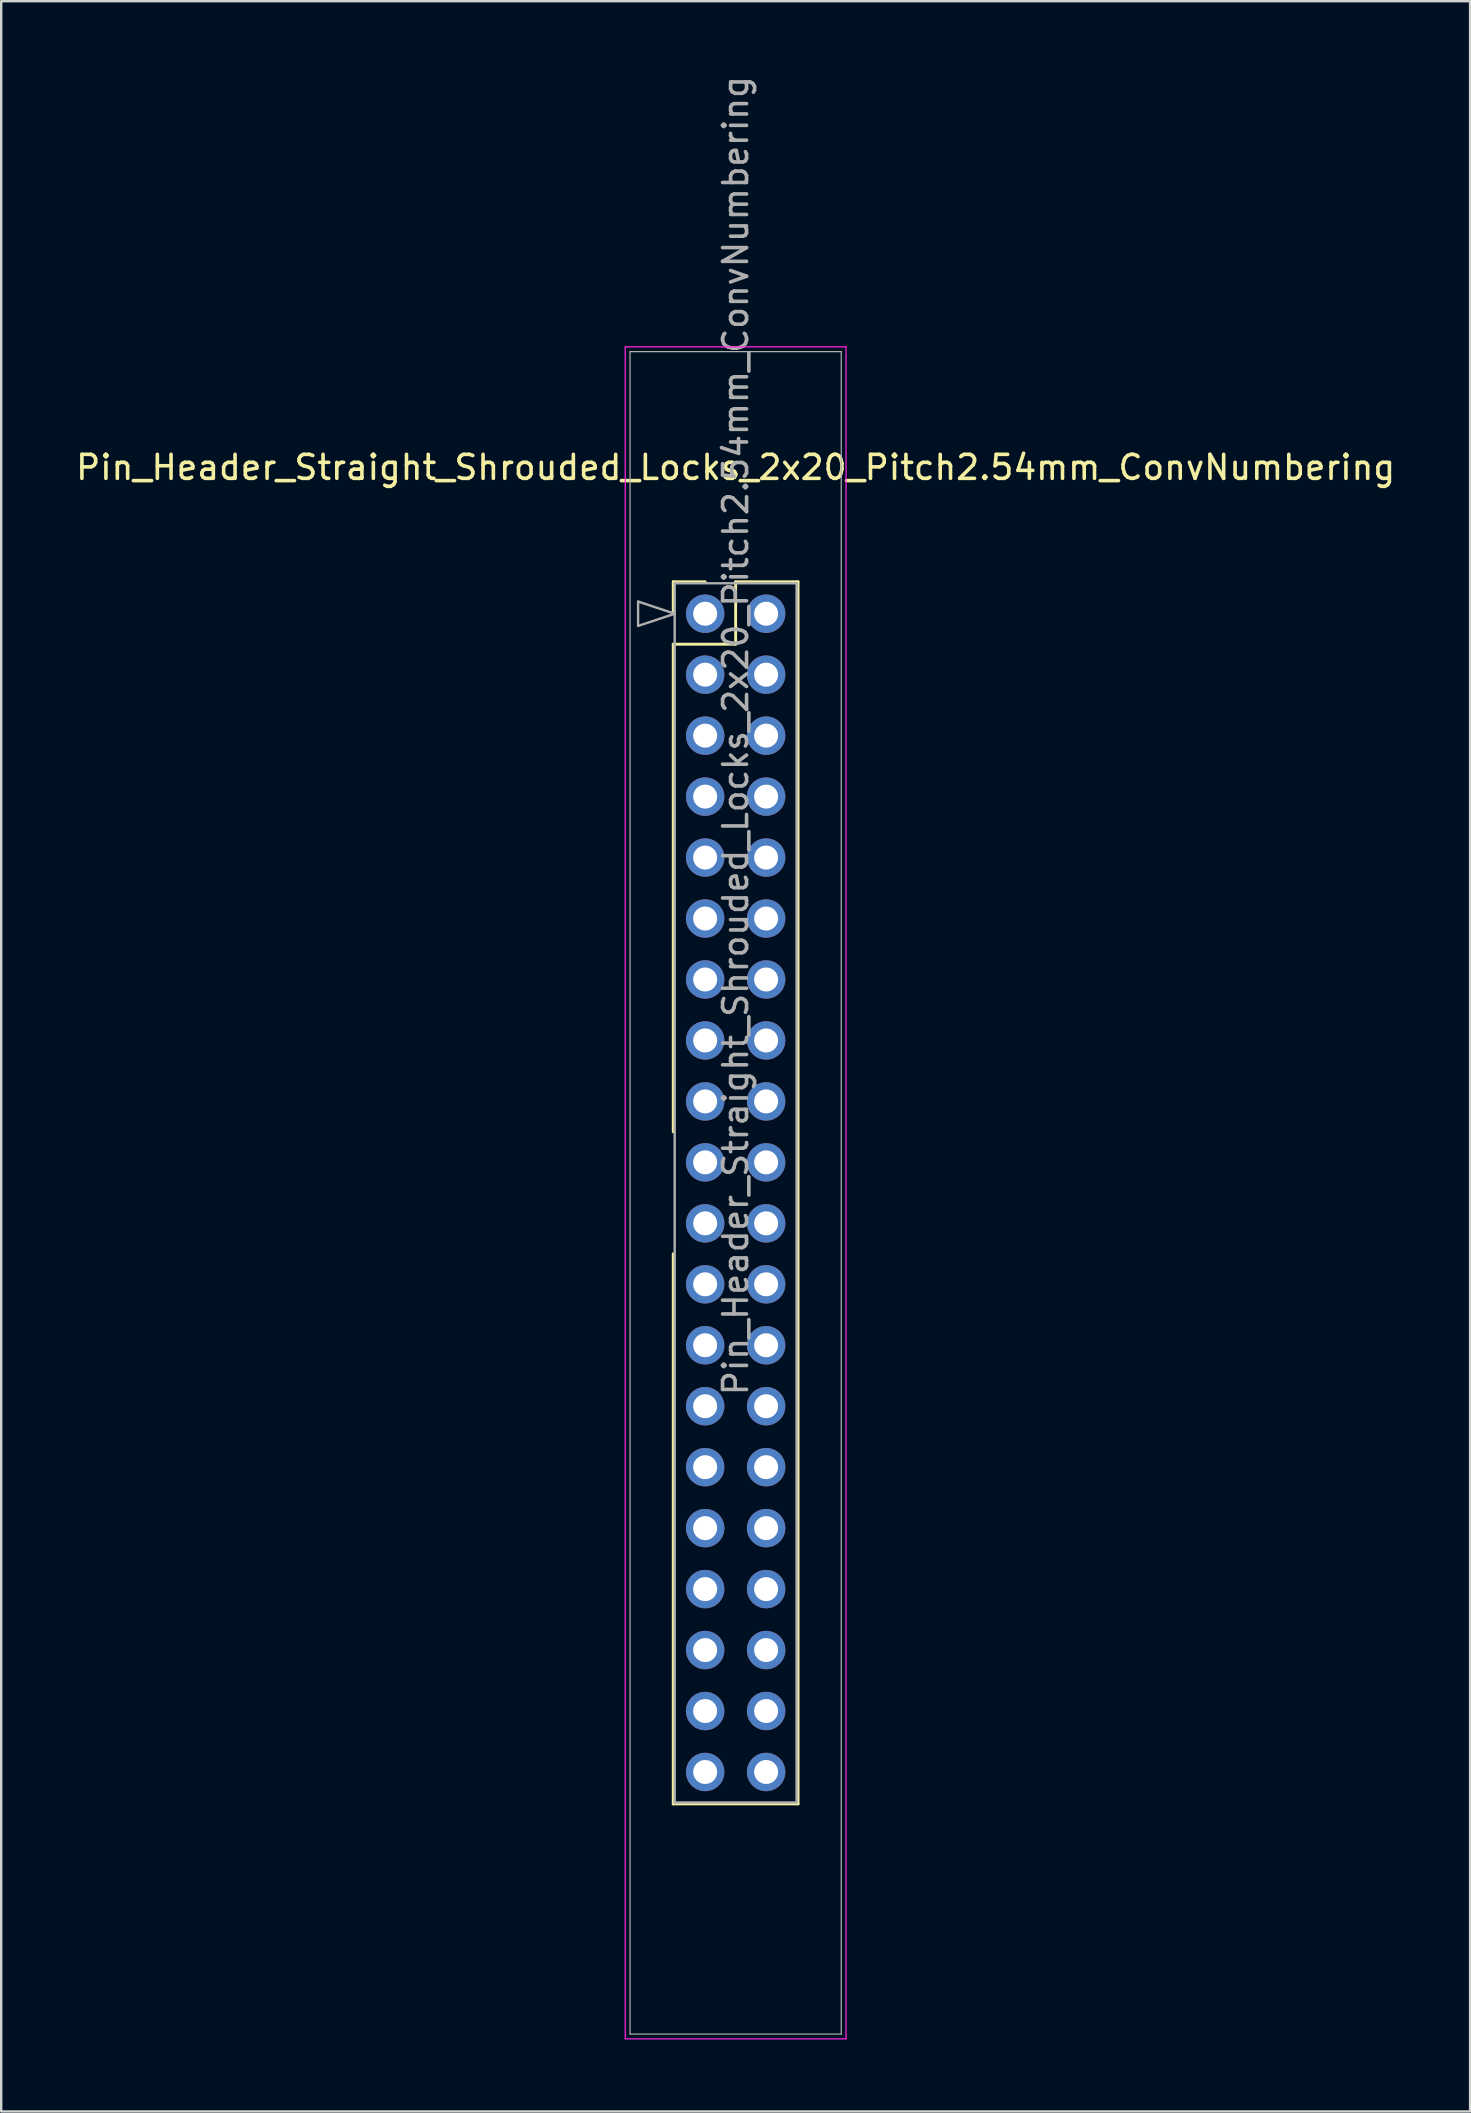
<source format=kicad_pcb>
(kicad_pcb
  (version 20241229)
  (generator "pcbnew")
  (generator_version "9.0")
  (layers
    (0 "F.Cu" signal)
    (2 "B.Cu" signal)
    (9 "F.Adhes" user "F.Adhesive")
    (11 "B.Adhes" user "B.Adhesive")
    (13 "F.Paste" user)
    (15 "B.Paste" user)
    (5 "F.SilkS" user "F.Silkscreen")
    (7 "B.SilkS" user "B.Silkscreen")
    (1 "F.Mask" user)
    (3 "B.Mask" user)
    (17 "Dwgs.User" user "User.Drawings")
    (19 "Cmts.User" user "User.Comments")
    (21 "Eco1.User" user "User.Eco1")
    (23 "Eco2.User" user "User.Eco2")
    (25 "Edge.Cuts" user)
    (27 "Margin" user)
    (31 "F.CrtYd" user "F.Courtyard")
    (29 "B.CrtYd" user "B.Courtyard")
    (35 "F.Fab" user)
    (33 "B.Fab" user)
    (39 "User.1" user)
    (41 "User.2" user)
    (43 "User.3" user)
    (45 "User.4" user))
  (footprint "Pin_Header_Straight_Shrouded_Locks_2x20_Pitch2.54mm_ConvNumbering"
    (layer "F.Cu")
    (at 26.331 22.521)
    (property "Reference" "Pin_Header_Straight_Shrouded_Locks_2x20_Pitch2.54mm_ConvNumbering" (at 1.27 -6.096 0) (layer "F.SilkS") (effects (font (size 1 1) (thickness 0.15))))
    (attr through_hole)
    (fp_line (start -1.33 -1.33) (end 0 -1.33) (stroke (width 0.12) (type solid)) (layer "F.SilkS"))
    (fp_line (start -1.33 0) (end -1.33 -1.33) (stroke (width 0.12) (type solid)) (layer "F.SilkS"))
    (fp_line (start -1.33 1.27) (end -1.33 21.59) (stroke (width 0.12) (type solid)) (layer "F.SilkS"))
    (fp_line (start -1.33 1.27) (end 1.27 1.27) (stroke (width 0.12) (type solid)) (layer "F.SilkS"))
    (fp_line (start -1.33 26.67) (end -1.33 49.59) (stroke (width 0.12) (type solid)) (layer "F.SilkS"))
    (fp_line (start -1.33 49.59) (end 3.87 49.59) (stroke (width 0.12) (type solid)) (layer "F.SilkS"))
    (fp_line (start 1.27 -1.33) (end 3.87 -1.33) (stroke (width 0.12) (type solid)) (layer "F.SilkS"))
    (fp_line (start 1.27 1.27) (end 1.27 -1.33) (stroke (width 0.12) (type solid)) (layer "F.SilkS"))
    (fp_line (start 3.87 -1.33) (end 3.87 49.59) (stroke (width 0.12) (type solid)) (layer "F.SilkS"))
    (fp_line (start -3.33 -11.12) (end -3.33 59.38) (stroke (width 0.05) (type solid)) (layer "F.CrtYd"))
    (fp_line (start -3.33 59.38) (end 5.87 59.38) (stroke (width 0.05) (type solid)) (layer "F.CrtYd"))
    (fp_line (start 5.87 -11.12) (end -3.33 -11.12) (stroke (width 0.05) (type solid)) (layer "F.CrtYd"))
    (fp_line (start 5.87 59.38) (end 5.87 -11.12) (stroke (width 0.05) (type solid)) (layer "F.CrtYd"))
    (fp_line (start -3.13 -10.92) (end -3.13 59.18) (stroke (width 0.05) (type solid)) (layer "F.Fab"))
    (fp_line (start -3.13 59.18) (end 5.67 59.18) (stroke (width 0.05) (type solid)) (layer "F.Fab"))
    (fp_line (start -2.794 -0.508) (end -1.27 0) (stroke (width 0.1) (type solid)) (layer "F.Fab"))
    (fp_line (start -2.794 0.508) (end -2.794 -0.508) (stroke (width 0.1) (type solid)) (layer "F.Fab"))
    (fp_line (start -1.27 -1.27) (end -1.27 49.53) (stroke (width 0.1) (type solid)) (layer "F.Fab"))
    (fp_line (start -1.27 0) (end -2.794 0.508) (stroke (width 0.1) (type solid)) (layer "F.Fab"))
    (fp_line (start -1.27 49.53) (end 3.81 49.53) (stroke (width 0.1) (type solid)) (layer "F.Fab"))
    (fp_line (start 3.81 -1.27) (end -1.27 -1.27) (stroke (width 0.1) (type solid)) (layer "F.Fab"))
    (fp_line (start 3.81 49.53) (end 3.81 -1.27) (stroke (width 0.1) (type solid)) (layer "F.Fab"))
    (fp_line (start 5.67 -10.92) (end -3.13 -10.92) (stroke (width 0.05) (type solid)) (layer "F.Fab"))
    (fp_line (start 5.67 59.18) (end 5.67 -10.92) (stroke (width 0.05) (type solid)) (layer "F.Fab"))
    (fp_text user "${REFERENCE}" (at 1.27 5.08 90) (layer "F.Fab") (effects (font (size 1 1) (thickness 0.15))))
    (pad "1" thru_hole oval (at 0 0) (size 1.6 1.6) (drill 1) (layers "*.Cu" "*.Mask"))
    (pad "2" thru_hole oval (at 2.54 0) (size 1.6 1.6) (drill 1) (layers "*.Cu" "*.Mask"))
    (pad "3" thru_hole oval (at 0 2.54) (size 1.6 1.6) (drill 1) (layers "*.Cu" "*.Mask"))
    (pad "4" thru_hole oval (at 2.54 2.54) (size 1.6 1.6) (drill 1) (layers "*.Cu" "*.Mask"))
    (pad "5" thru_hole oval (at 0 5.08) (size 1.6 1.6) (drill 1) (layers "*.Cu" "*.Mask"))
    (pad "6" thru_hole oval (at 2.54 5.08) (size 1.6 1.6) (drill 1) (layers "*.Cu" "*.Mask"))
    (pad "7" thru_hole oval (at 0 7.62) (size 1.6 1.6) (drill 1) (layers "*.Cu" "*.Mask"))
    (pad "8" thru_hole oval (at 2.54 7.62) (size 1.6 1.6) (drill 1) (layers "*.Cu" "*.Mask"))
    (pad "9" thru_hole oval (at 0 10.16) (size 1.6 1.6) (drill 1) (layers "*.Cu" "*.Mask"))
    (pad "10" thru_hole oval (at 2.54 10.16) (size 1.6 1.6) (drill 1) (layers "*.Cu" "*.Mask"))
    (pad "11" thru_hole oval (at 0 12.7) (size 1.6 1.6) (drill 1) (layers "*.Cu" "*.Mask"))
    (pad "12" thru_hole oval (at 2.54 12.7) (size 1.6 1.6) (drill 1) (layers "*.Cu" "*.Mask"))
    (pad "13" thru_hole oval (at 0 15.24) (size 1.6 1.6) (drill 1) (layers "*.Cu" "*.Mask"))
    (pad "14" thru_hole oval (at 2.54 15.24) (size 1.6 1.6) (drill 1) (layers "*.Cu" "*.Mask"))
    (pad "15" thru_hole oval (at 0 17.78) (size 1.6 1.6) (drill 1) (layers "*.Cu" "*.Mask"))
    (pad "16" thru_hole oval (at 2.54 17.78) (size 1.6 1.6) (drill 1) (layers "*.Cu" "*.Mask"))
    (pad "17" thru_hole oval (at 0 20.32) (size 1.6 1.6) (drill 1) (layers "*.Cu" "*.Mask"))
    (pad "18" thru_hole oval (at 2.54 20.32) (size 1.6 1.6) (drill 1) (layers "*.Cu" "*.Mask"))
    (pad "19" thru_hole oval (at 0 22.86) (size 1.6 1.6) (drill 1) (layers "*.Cu" "*.Mask"))
    (pad "20" thru_hole oval (at 2.54 22.86) (size 1.6 1.6) (drill 1) (layers "*.Cu" "*.Mask"))
    (pad "21" thru_hole oval (at 0 25.4) (size 1.6 1.6) (drill 1) (layers "*.Cu" "*.Mask"))
    (pad "22" thru_hole oval (at 2.54 25.4) (size 1.6 1.6) (drill 1) (layers "*.Cu" "*.Mask"))
    (pad "23" thru_hole oval (at 0 27.94) (size 1.6 1.6) (drill 1) (layers "*.Cu" "*.Mask"))
    (pad "24" thru_hole oval (at 2.54 27.94) (size 1.6 1.6) (drill 1) (layers "*.Cu" "*.Mask"))
    (pad "25" thru_hole oval (at 0 30.48) (size 1.6 1.6) (drill 1) (layers "*.Cu" "*.Mask"))
    (pad "26" thru_hole oval (at 2.54 30.48) (size 1.6 1.6) (drill 1) (layers "*.Cu" "*.Mask"))
    (pad "27" thru_hole oval (at 0 33.02) (size 1.6 1.6) (drill 1) (layers "*.Cu" "*.Mask"))
    (pad "28" thru_hole oval (at 2.54 33.02) (size 1.6 1.6) (drill 1) (layers "*.Cu" "*.Mask"))
    (pad "29" thru_hole oval (at 0 35.56) (size 1.6 1.6) (drill 1) (layers "*.Cu" "*.Mask"))
    (pad "30" thru_hole oval (at 2.54 35.56) (size 1.6 1.6) (drill 1) (layers "*.Cu" "*.Mask"))
    (pad "31" thru_hole oval (at 0 38.1) (size 1.6 1.6) (drill 1) (layers "*.Cu" "*.Mask"))
    (pad "32" thru_hole oval (at 2.54 38.1) (size 1.6 1.6) (drill 1) (layers "*.Cu" "*.Mask"))
    (pad "33" thru_hole oval (at 0 40.64) (size 1.6 1.6) (drill 1) (layers "*.Cu" "*.Mask"))
    (pad "34" thru_hole oval (at 2.54 40.64) (size 1.6 1.6) (drill 1) (layers "*.Cu" "*.Mask"))
    (pad "35" thru_hole oval (at 0 43.18) (size 1.6 1.6) (drill 1) (layers "*.Cu" "*.Mask"))
    (pad "36" thru_hole oval (at 2.54 43.18) (size 1.6 1.6) (drill 1) (layers "*.Cu" "*.Mask"))
    (pad "37" thru_hole oval (at 0 45.72) (size 1.6 1.6) (drill 1) (layers "*.Cu" "*.Mask"))
    (pad "38" thru_hole oval (at 2.54 45.72) (size 1.6 1.6) (drill 1) (layers "*.Cu" "*.Mask"))
    (pad "39" thru_hole oval (at 0 48.26) (size 1.6 1.6) (drill 1) (layers "*.Cu" "*.Mask"))
    (pad "40" thru_hole oval (at 2.54 48.26) (size 1.6 1.6) (drill 1) (layers "*.Cu" "*.Mask")))
  (gr_rect
    (start -3 -3)
    (end 58.202 84.926)
    (stroke (width 0.1) (type default))
    (fill no)
    (layer "Edge.Cuts")))
</source>
